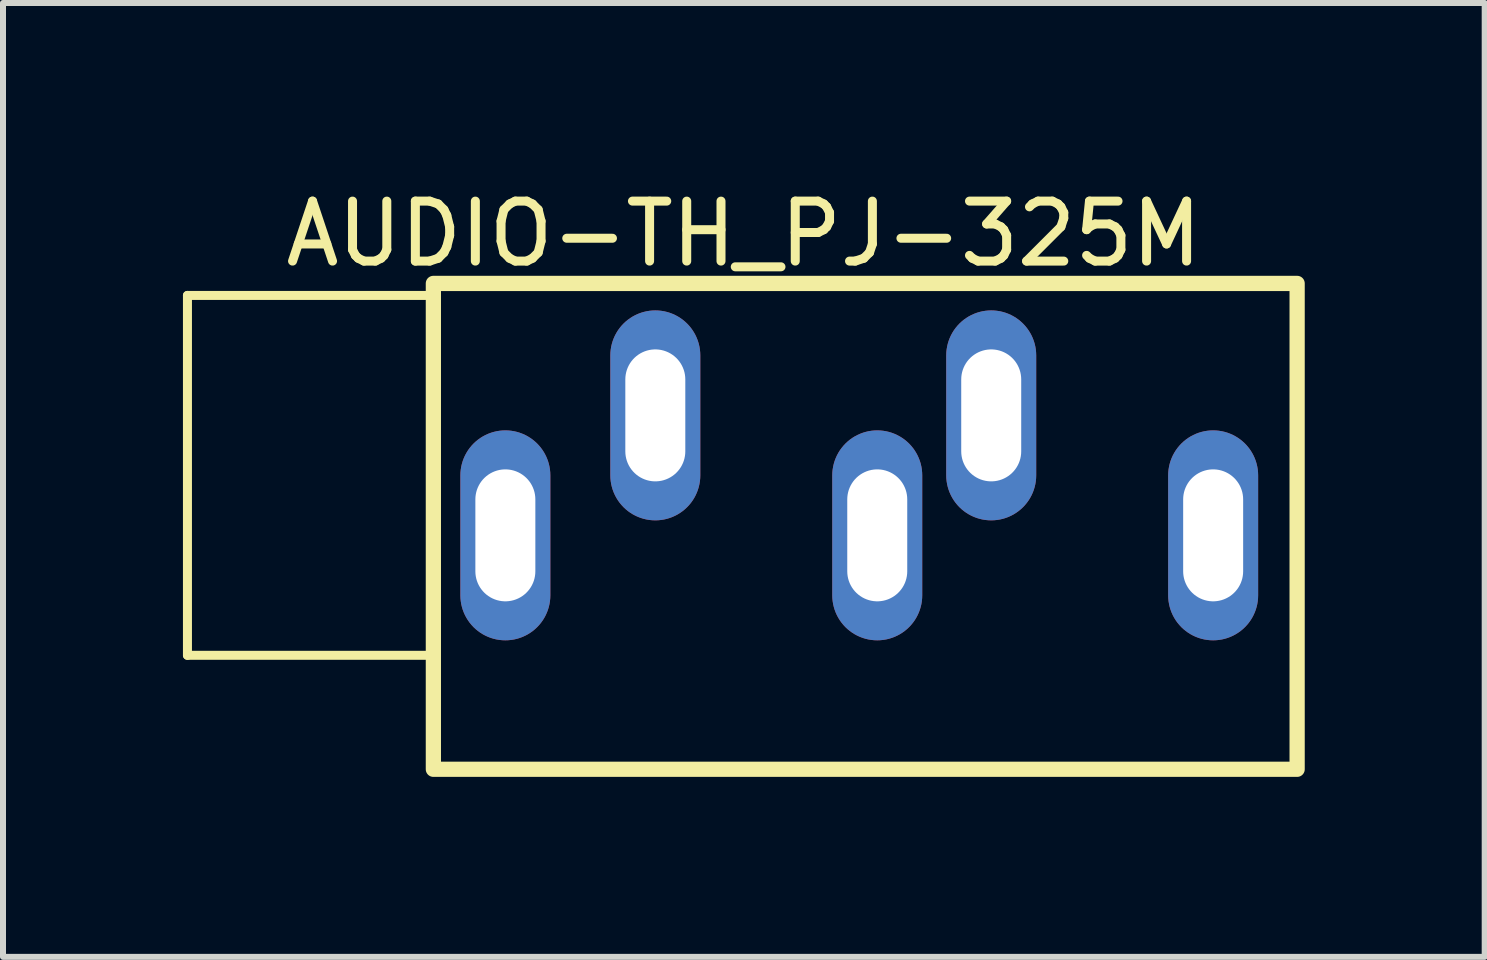
<source format=kicad_pcb>
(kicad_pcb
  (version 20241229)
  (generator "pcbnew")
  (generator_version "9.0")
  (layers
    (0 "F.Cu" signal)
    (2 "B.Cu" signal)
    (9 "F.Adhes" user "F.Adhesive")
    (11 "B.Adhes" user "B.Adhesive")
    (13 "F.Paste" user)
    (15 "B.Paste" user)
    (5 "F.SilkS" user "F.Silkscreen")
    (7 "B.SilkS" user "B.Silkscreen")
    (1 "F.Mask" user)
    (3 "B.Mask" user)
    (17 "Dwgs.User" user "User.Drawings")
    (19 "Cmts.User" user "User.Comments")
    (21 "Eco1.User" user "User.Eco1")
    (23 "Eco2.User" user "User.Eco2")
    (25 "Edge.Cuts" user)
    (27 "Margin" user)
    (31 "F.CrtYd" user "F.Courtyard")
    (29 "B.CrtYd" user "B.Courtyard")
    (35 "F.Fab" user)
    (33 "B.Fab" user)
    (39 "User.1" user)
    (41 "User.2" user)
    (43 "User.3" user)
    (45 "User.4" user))
  (footprint "AUDIO-TH_PJ-325M"
    (layer "F.Cu")
    (at 11.275 4.875)
    (property "Reference" "AUDIO-TH_PJ-325M" (at -1.924 -4.027 0) (unlocked yes) (layer "F.SilkS") (effects (font (size 1 1) (thickness 0.15))))
    (fp_line (start -11.2 -3) (end -11.2 3) (stroke (width 0.15) (type default)) (layer "F.SilkS"))
    (fp_line (start -7.2 -3) (end -11.2 -3) (stroke (width 0.15) (type default)) (layer "F.SilkS"))
    (fp_line (start -7.2 3) (end -11.2 3) (stroke (width 0.15) (type default)) (layer "F.SilkS"))
    (fp_rect (start -7.1 -3.2) (end 7.3 4.9) (stroke (width 0.254) (type default)) (fill no) (layer "F.SilkS"))
    (pad "G" thru_hole oval (at -5.9 1) (size 1.5 3.5) (drill oval 1 2.2) (layers "*.Cu" "*.Mask"))
    (pad "S" thru_hole oval (at 2.2 -1) (size 1.5 3.5) (drill oval 1 2.2) (layers "*.Cu" "*.Mask"))
    (pad "SN" thru_hole oval (at 0.3 1) (size 1.5 3.5) (drill oval 1 2.2) (layers "*.Cu" "*.Mask"))
    (pad "T" thru_hole oval (at -3.4 -1) (size 1.5 3.5) (drill oval 1 2.2) (layers "*.Cu" "*.Mask"))
    (pad "TN" thru_hole oval (at 5.9 1) (size 1.5 3.5) (drill oval 1 2.2) (layers "*.Cu" "*.Mask")))
  (gr_rect
    (start -3 -3)
    (end 21.702 12.902)
    (stroke (width 0.1) (type default))
    (fill no)
    (layer "Edge.Cuts")))
</source>
